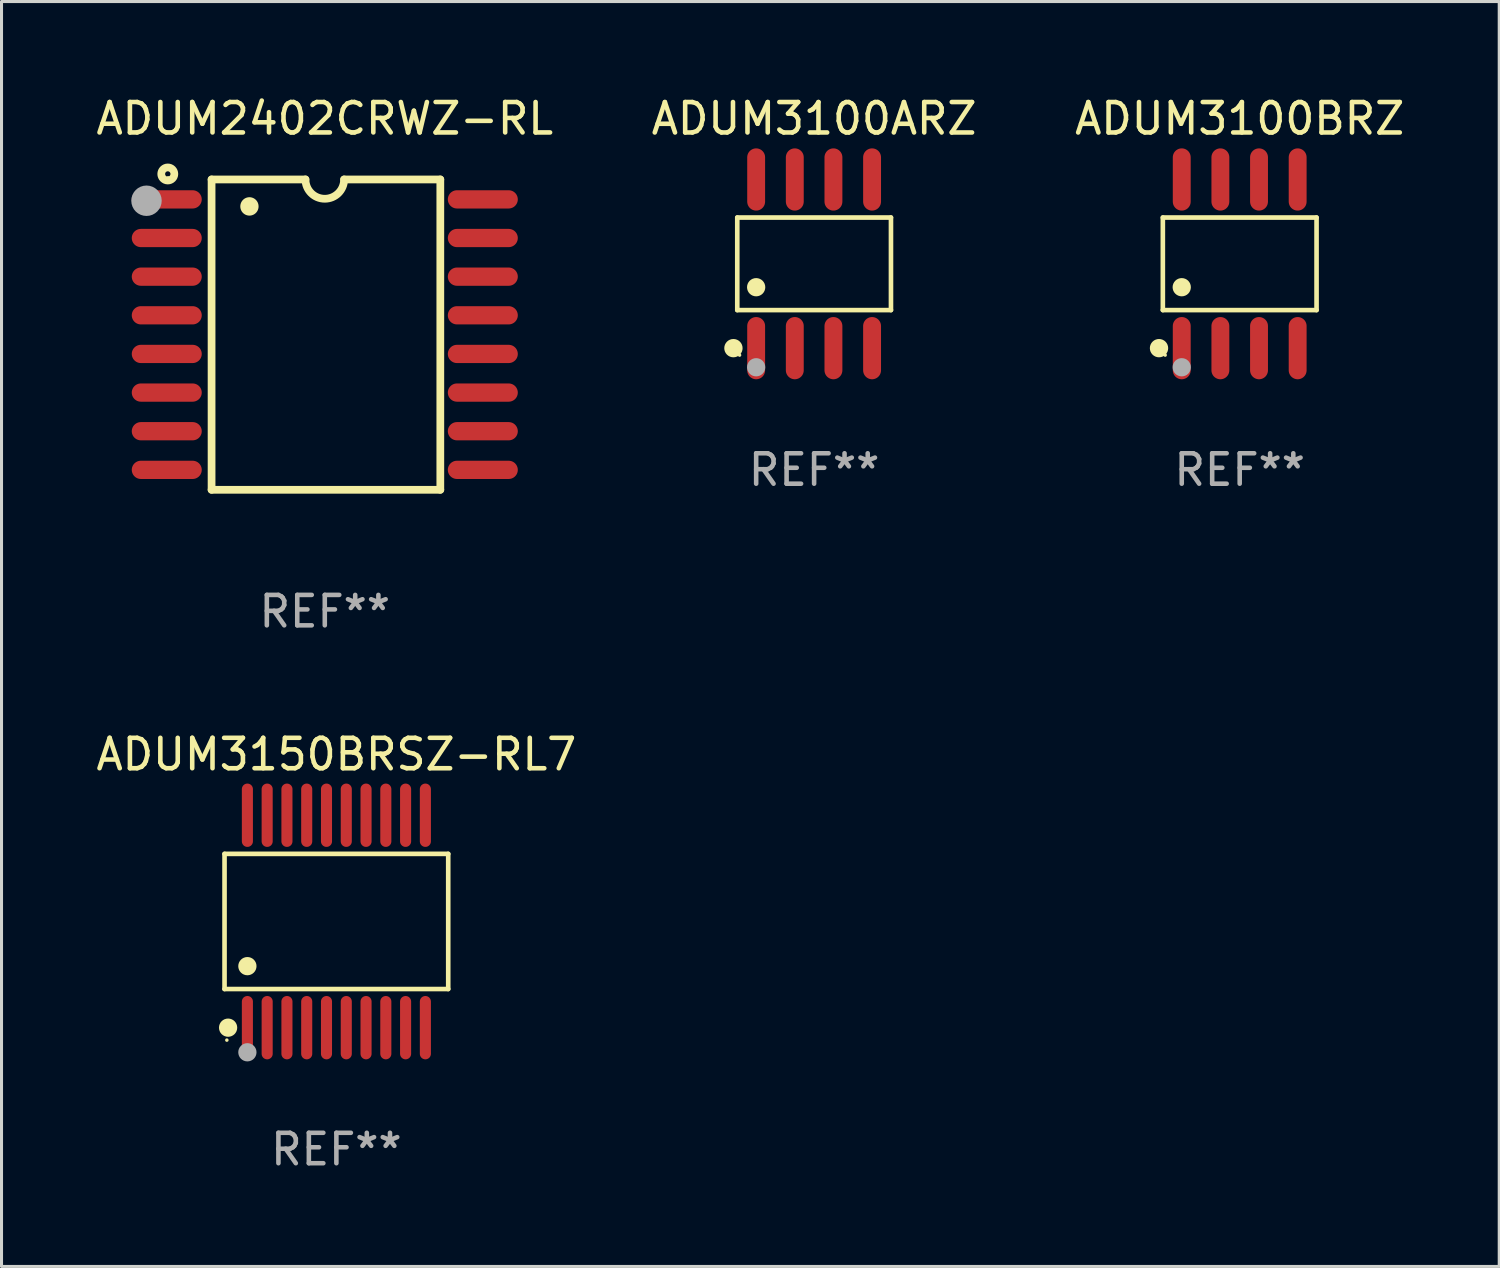
<source format=kicad_pcb>
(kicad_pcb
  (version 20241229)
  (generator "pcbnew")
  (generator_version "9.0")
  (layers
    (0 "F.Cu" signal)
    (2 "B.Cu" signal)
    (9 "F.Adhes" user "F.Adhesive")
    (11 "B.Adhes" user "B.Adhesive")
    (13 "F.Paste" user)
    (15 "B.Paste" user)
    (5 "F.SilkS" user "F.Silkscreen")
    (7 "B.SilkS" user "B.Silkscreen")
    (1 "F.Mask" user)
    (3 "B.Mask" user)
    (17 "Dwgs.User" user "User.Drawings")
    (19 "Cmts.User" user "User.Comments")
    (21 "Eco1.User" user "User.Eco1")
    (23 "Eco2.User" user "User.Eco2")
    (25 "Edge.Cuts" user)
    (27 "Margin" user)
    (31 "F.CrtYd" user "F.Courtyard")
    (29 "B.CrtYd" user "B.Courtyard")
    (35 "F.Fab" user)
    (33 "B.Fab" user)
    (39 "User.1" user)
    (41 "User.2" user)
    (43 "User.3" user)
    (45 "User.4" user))
  (footprint "ADUM3150BRSZ-RL7"
    (layer "F.Cu")
    (at 8.006 27.236)
    (property "Reference" "ADUM3150BRSZ-RL7" (at 0 -5.491 0) (layer "F.SilkS") (effects (font (size 1 1) (thickness 0.15))))
    (attr through_hole)
    (fp_line (start -3.676 -2.221) (end 3.676 -2.221) (stroke (width 0.152) (type solid)) (layer "F.SilkS"))
    (fp_line (start -3.676 2.221) (end -3.676 -2.221) (stroke (width 0.152) (type solid)) (layer "F.SilkS"))
    (fp_line (start 3.676 -2.221) (end 3.676 2.221) (stroke (width 0.152) (type solid)) (layer "F.SilkS"))
    (fp_line (start 3.676 2.221) (end -3.676 2.221) (stroke (width 0.152) (type solid)) (layer "F.SilkS"))
    (fp_circle (center -3.6 3.9) (end -3.57 3.9) (stroke (width 0.06) (type solid)) (fill no) (layer "F.SilkS"))
    (fp_circle (center -3.559 3.491) (end -3.409 3.491) (stroke (width 0.3) (type solid)) (fill no) (layer "F.SilkS"))
    (fp_circle (center -2.925 1.469) (end -2.775 1.469) (stroke (width 0.3) (type solid)) (fill no) (layer "F.SilkS"))
    (fp_circle (center -2.925 4.3) (end -2.775 4.3) (stroke (width 0.3) (type solid)) (fill no) (layer "F.Fab"))
    (fp_text user "REF**" (at 0 7.491 0) (layer "F.Fab") (effects (font (size 1 1) (thickness 0.15))))
    (pad "1" smd oval (at -2.925 3.491) (size 0.364 2.082) (layers "F.Cu" "F.Mask" "F.Paste"))
    (pad "2" smd oval (at -2.275 3.491) (size 0.364 2.082) (layers "F.Cu" "F.Mask" "F.Paste"))
    (pad "3" smd oval (at -1.625 3.491) (size 0.364 2.082) (layers "F.Cu" "F.Mask" "F.Paste"))
    (pad "4" smd oval (at -0.975 3.491) (size 0.364 2.082) (layers "F.Cu" "F.Mask" "F.Paste"))
    (pad "5" smd oval (at -0.325 3.491) (size 0.364 2.082) (layers "F.Cu" "F.Mask" "F.Paste"))
    (pad "6" smd oval (at 0.325 3.491) (size 0.364 2.082) (layers "F.Cu" "F.Mask" "F.Paste"))
    (pad "7" smd oval (at 0.975 3.491) (size 0.364 2.082) (layers "F.Cu" "F.Mask" "F.Paste"))
    (pad "8" smd oval (at 1.625 3.491) (size 0.364 2.082) (layers "F.Cu" "F.Mask" "F.Paste"))
    (pad "9" smd oval (at 2.275 3.491) (size 0.364 2.082) (layers "F.Cu" "F.Mask" "F.Paste"))
    (pad "10" smd oval (at 2.925 3.491) (size 0.364 2.082) (layers "F.Cu" "F.Mask" "F.Paste"))
    (pad "11" smd oval (at 2.925 -3.491) (size 0.364 2.082) (layers "F.Cu" "F.Mask" "F.Paste"))
    (pad "12" smd oval (at 2.275 -3.491) (size 0.364 2.082) (layers "F.Cu" "F.Mask" "F.Paste"))
    (pad "13" smd oval (at 1.625 -3.491) (size 0.364 2.082) (layers "F.Cu" "F.Mask" "F.Paste"))
    (pad "14" smd oval (at 0.975 -3.491) (size 0.364 2.082) (layers "F.Cu" "F.Mask" "F.Paste"))
    (pad "15" smd oval (at 0.325 -3.491) (size 0.364 2.082) (layers "F.Cu" "F.Mask" "F.Paste"))
    (pad "16" smd oval (at -0.325 -3.491) (size 0.364 2.082) (layers "F.Cu" "F.Mask" "F.Paste"))
    (pad "17" smd oval (at -0.975 -3.491) (size 0.364 2.082) (layers "F.Cu" "F.Mask" "F.Paste"))
    (pad "18" smd oval (at -1.625 -3.491) (size 0.364 2.082) (layers "F.Cu" "F.Mask" "F.Paste"))
    (pad "19" smd oval (at -2.275 -3.491) (size 0.364 2.082) (layers "F.Cu" "F.Mask" "F.Paste"))
    (pad "20" smd oval (at -2.925 -3.491) (size 0.364 2.082) (layers "F.Cu" "F.Mask" "F.Paste")))
  (footprint "ADUM3100BRZ"
    (layer "F.Cu")
    (at 37.696 5.621)
    (property "Reference" "ADUM3100BRZ" (at 0 -4.772 0) (layer "F.SilkS") (effects (font (size 1 1) (thickness 0.15))))
    (attr through_hole)
    (fp_line (start -2.526 -1.521) (end 2.526 -1.521) (stroke (width 0.152) (type solid)) (layer "F.SilkS"))
    (fp_line (start -2.526 1.521) (end -2.526 -1.521) (stroke (width 0.152) (type solid)) (layer "F.SilkS"))
    (fp_line (start 2.526 -1.521) (end 2.526 1.521) (stroke (width 0.152) (type solid)) (layer "F.SilkS"))
    (fp_line (start 2.526 1.521) (end -2.526 1.521) (stroke (width 0.152) (type solid)) (layer "F.SilkS"))
    (fp_circle (center -2.652 2.772) (end -2.501 2.772) (stroke (width 0.3) (type solid)) (fill no) (layer "F.SilkS"))
    (fp_circle (center -2.45 3) (end -2.42 3) (stroke (width 0.06) (type solid)) (fill no) (layer "F.SilkS"))
    (fp_circle (center -1.905 0.769) (end -1.755 0.769) (stroke (width 0.3) (type solid)) (fill no) (layer "F.SilkS"))
    (fp_circle (center -1.905 3.4) (end -1.755 3.4) (stroke (width 0.3) (type solid)) (fill no) (layer "F.Fab"))
    (fp_text user "REF**" (at 0 6.772 0) (layer "F.Fab") (effects (font (size 1 1) (thickness 0.15))))
    (pad "1" smd oval (at -1.905 2.772) (size 0.588 2.045) (layers "F.Cu" "F.Mask" "F.Paste"))
    (pad "2" smd oval (at -0.635 2.772) (size 0.588 2.045) (layers "F.Cu" "F.Mask" "F.Paste"))
    (pad "3" smd oval (at 0.635 2.772) (size 0.588 2.045) (layers "F.Cu" "F.Mask" "F.Paste"))
    (pad "4" smd oval (at 1.905 2.772) (size 0.588 2.045) (layers "F.Cu" "F.Mask" "F.Paste"))
    (pad "5" smd oval (at 1.905 -2.772) (size 0.588 2.045) (layers "F.Cu" "F.Mask" "F.Paste"))
    (pad "6" smd oval (at 0.635 -2.772) (size 0.588 2.045) (layers "F.Cu" "F.Mask" "F.Paste"))
    (pad "7" smd oval (at -0.635 -2.772) (size 0.588 2.045) (layers "F.Cu" "F.Mask" "F.Paste"))
    (pad "8" smd oval (at -1.905 -2.772) (size 0.588 2.045) (layers "F.Cu" "F.Mask" "F.Paste")))
  (footprint "ADUM3100ARZ"
    (layer "F.Cu")
    (at 23.708 5.621)
    (property "Reference" "ADUM3100ARZ" (at 0 -4.772 0) (layer "F.SilkS") (effects (font (size 1 1) (thickness 0.15))))
    (attr through_hole)
    (fp_line (start -2.526 -1.521) (end 2.526 -1.521) (stroke (width 0.152) (type solid)) (layer "F.SilkS"))
    (fp_line (start -2.526 1.521) (end -2.526 -1.521) (stroke (width 0.152) (type solid)) (layer "F.SilkS"))
    (fp_line (start 2.526 -1.521) (end 2.526 1.521) (stroke (width 0.152) (type solid)) (layer "F.SilkS"))
    (fp_line (start 2.526 1.521) (end -2.526 1.521) (stroke (width 0.152) (type solid)) (layer "F.SilkS"))
    (fp_circle (center -2.652 2.772) (end -2.501 2.772) (stroke (width 0.3) (type solid)) (fill no) (layer "F.SilkS"))
    (fp_circle (center -2.45 3) (end -2.42 3) (stroke (width 0.06) (type solid)) (fill no) (layer "F.SilkS"))
    (fp_circle (center -1.905 0.769) (end -1.755 0.769) (stroke (width 0.3) (type solid)) (fill no) (layer "F.SilkS"))
    (fp_circle (center -1.905 3.4) (end -1.755 3.4) (stroke (width 0.3) (type solid)) (fill no) (layer "F.Fab"))
    (fp_text user "REF**" (at 0 6.772 0) (layer "F.Fab") (effects (font (size 1 1) (thickness 0.15))))
    (pad "1" smd oval (at -1.905 2.772) (size 0.588 2.045) (layers "F.Cu" "F.Mask" "F.Paste"))
    (pad "2" smd oval (at -0.635 2.772) (size 0.588 2.045) (layers "F.Cu" "F.Mask" "F.Paste"))
    (pad "3" smd oval (at 0.635 2.772) (size 0.588 2.045) (layers "F.Cu" "F.Mask" "F.Paste"))
    (pad "4" smd oval (at 1.905 2.772) (size 0.588 2.045) (layers "F.Cu" "F.Mask" "F.Paste"))
    (pad "5" smd oval (at 1.905 -2.772) (size 0.588 2.045) (layers "F.Cu" "F.Mask" "F.Paste"))
    (pad "6" smd oval (at 0.635 -2.772) (size 0.588 2.045) (layers "F.Cu" "F.Mask" "F.Paste"))
    (pad "7" smd oval (at -0.635 -2.772) (size 0.588 2.045) (layers "F.Cu" "F.Mask" "F.Paste"))
    (pad "8" smd oval (at -1.905 -2.772) (size 0.588 2.045) (layers "F.Cu" "F.Mask" "F.Paste")))
  (footprint "ADUM2402CRWZ-RL"
    (layer "F.Cu")
    (at 7.625 7.948)
    (property "Reference" "ADUM2402CRWZ-RL" (at 0 -7.1 0) (layer "F.SilkS") (effects (font (size 1 1) (thickness 0.15))))
    (attr through_hole)
    (fp_line (start -3.721 -5.1) (end -3.721 5.1) (stroke (width 0.254) (type solid)) (layer "F.SilkS"))
    (fp_line (start -3.721 -5.1) (end -0.635 -5.1) (stroke (width 0.254) (type solid)) (layer "F.SilkS"))
    (fp_line (start -3.721 5.1) (end 3.797 5.1) (stroke (width 0.254) (type solid)) (layer "F.SilkS"))
    (fp_line (start 3.797 -5.1) (end 0.635 -5.1) (stroke (width 0.254) (type solid)) (layer "F.SilkS"))
    (fp_line (start 3.797 5.1) (end 3.797 -5.1) (stroke (width 0.254) (type solid)) (layer "F.SilkS"))
    (fp_arc (start -2.476556 -4.211328) (mid -2.476567 -4.213868) (end -2.476556 -4.216408) (stroke (width 0.6) (type solid)) (layer "F.SilkS"))
    (fp_arc (start 0.63495 -5.100076) (mid -0.000178 -4.465329) (end -0.635052 -5.10033) (stroke (width 0.254001) (type solid)) (layer "F.SilkS"))
    (fp_circle (center -5.16 -5.28) (end -4.945 -5.28) (stroke (width 0.254) (type solid)) (fill no) (layer "F.SilkS"))
    (fp_circle (center -5.15 -5.15) (end -5.12 -5.15) (stroke (width 0.06) (type solid)) (fill no) (layer "F.SilkS"))
    (fp_circle (center -5.86 -4.4) (end -5.61 -4.4) (stroke (width 0.5) (type solid)) (fill no) (layer "F.Fab"))
    (fp_text user "REF**" (at 0 9.1 0) (layer "F.Fab") (effects (font (size 1 1) (thickness 0.15))))
    (pad "1" smd oval (at -5.194 -4.445) (size 2.3 0.6) (layers "F.Cu" "F.Mask" "F.Paste"))
    (pad "2" smd oval (at -5.194 -3.175) (size 2.3 0.6) (layers "F.Cu" "F.Mask" "F.Paste"))
    (pad "3" smd oval (at -5.194 -1.905) (size 2.3 0.6) (layers "F.Cu" "F.Mask" "F.Paste"))
    (pad "4" smd oval (at -5.194 -0.635) (size 2.3 0.6) (layers "F.Cu" "F.Mask" "F.Paste"))
    (pad "5" smd oval (at -5.194 0.635) (size 2.3 0.6) (layers "F.Cu" "F.Mask" "F.Paste"))
    (pad "6" smd oval (at -5.194 1.905) (size 2.3 0.6) (layers "F.Cu" "F.Mask" "F.Paste"))
    (pad "7" smd oval (at -5.194 3.175) (size 2.3 0.6) (layers "F.Cu" "F.Mask" "F.Paste"))
    (pad "8" smd oval (at -5.194 4.445) (size 2.3 0.6) (layers "F.Cu" "F.Mask" "F.Paste"))
    (pad "9" smd oval (at 5.194 4.445) (size 2.3 0.6) (layers "F.Cu" "F.Mask" "F.Paste"))
    (pad "10" smd oval (at 5.194 3.175) (size 2.3 0.6) (layers "F.Cu" "F.Mask" "F.Paste"))
    (pad "11" smd oval (at 5.194 1.905) (size 2.3 0.6) (layers "F.Cu" "F.Mask" "F.Paste"))
    (pad "12" smd oval (at 5.194 0.635) (size 2.3 0.6) (layers "F.Cu" "F.Mask" "F.Paste"))
    (pad "13" smd oval (at 5.194 -0.635) (size 2.3 0.6) (layers "F.Cu" "F.Mask" "F.Paste"))
    (pad "14" smd oval (at 5.194 -1.905) (size 2.3 0.6) (layers "F.Cu" "F.Mask" "F.Paste"))
    (pad "15" smd oval (at 5.194 -3.175) (size 2.3 0.6) (layers "F.Cu" "F.Mask" "F.Paste"))
    (pad "16" smd oval (at 5.194 -4.445) (size 2.3 0.6) (layers "F.Cu" "F.Mask" "F.Paste")))
  (gr_rect
    (start -3 -3)
    (end 46.226 38.575)
    (stroke (width 0.1) (type default))
    (fill no)
    (layer "Edge.Cuts")))
</source>
